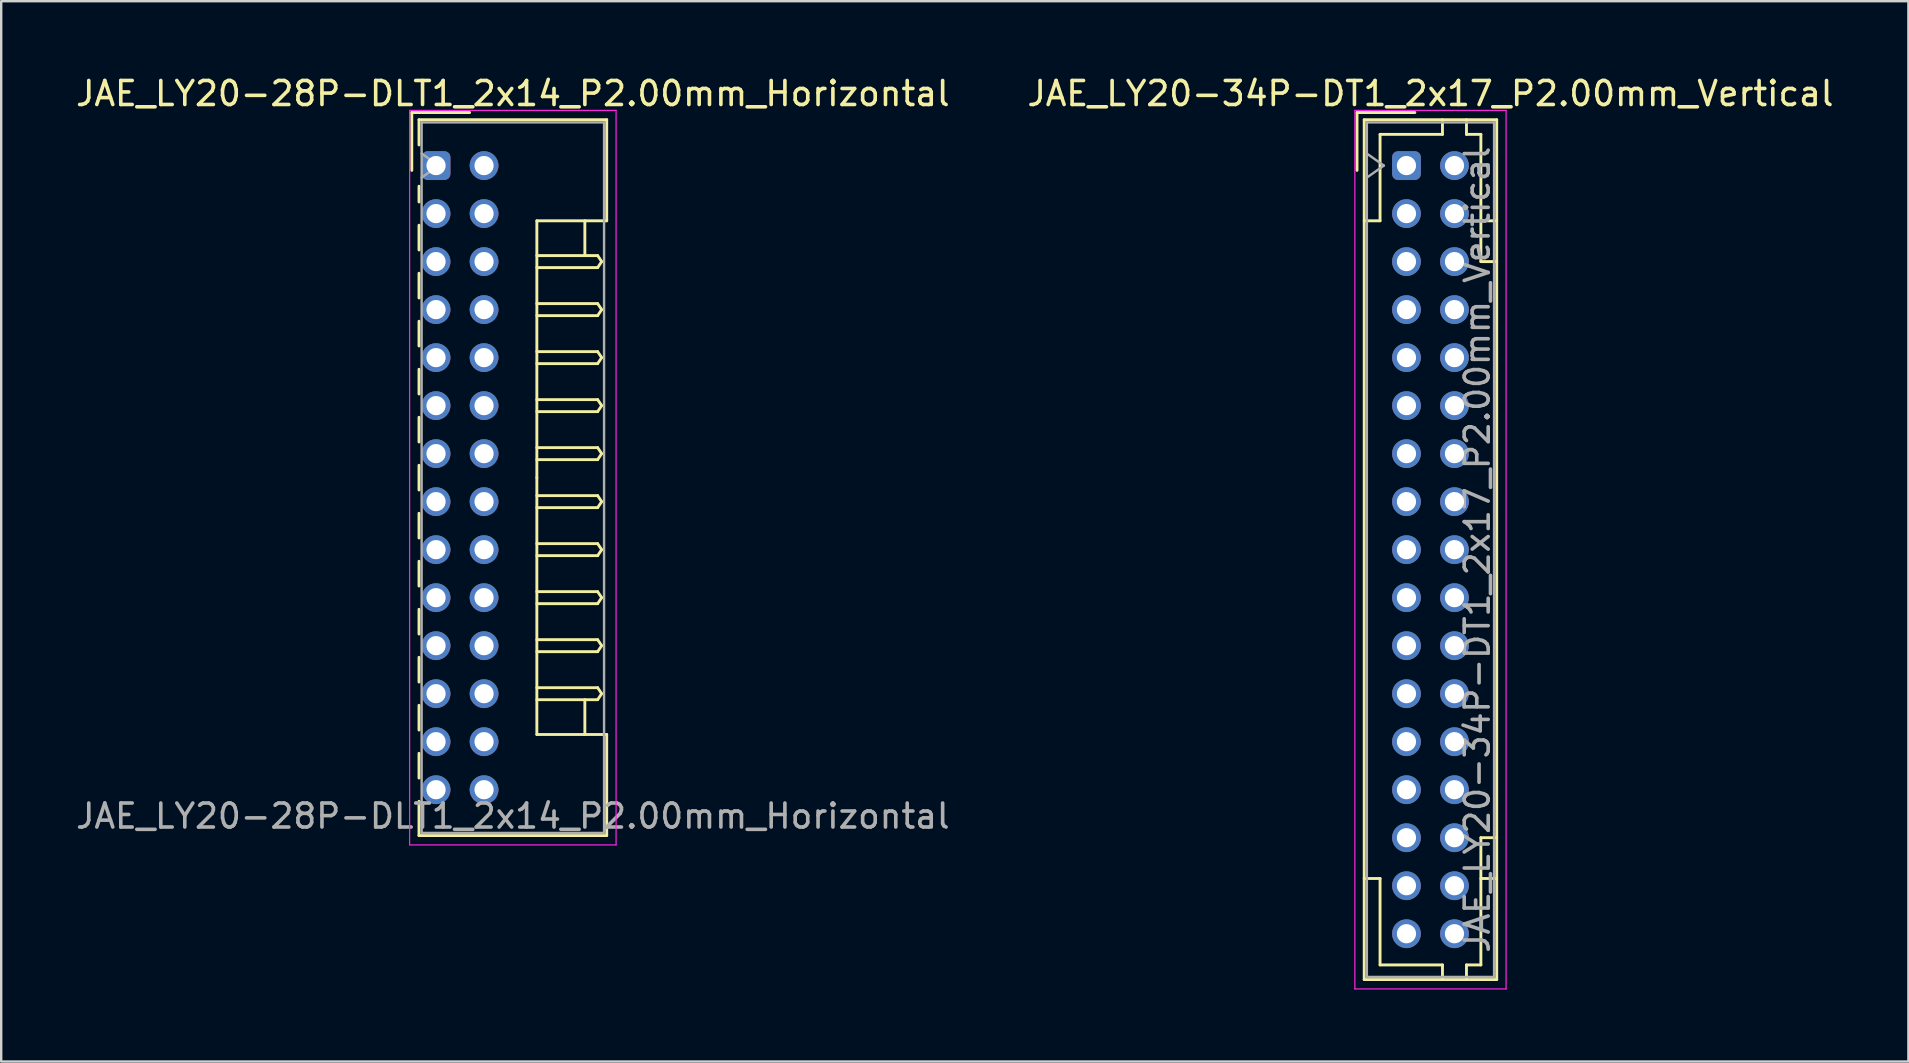
<source format=kicad_pcb>
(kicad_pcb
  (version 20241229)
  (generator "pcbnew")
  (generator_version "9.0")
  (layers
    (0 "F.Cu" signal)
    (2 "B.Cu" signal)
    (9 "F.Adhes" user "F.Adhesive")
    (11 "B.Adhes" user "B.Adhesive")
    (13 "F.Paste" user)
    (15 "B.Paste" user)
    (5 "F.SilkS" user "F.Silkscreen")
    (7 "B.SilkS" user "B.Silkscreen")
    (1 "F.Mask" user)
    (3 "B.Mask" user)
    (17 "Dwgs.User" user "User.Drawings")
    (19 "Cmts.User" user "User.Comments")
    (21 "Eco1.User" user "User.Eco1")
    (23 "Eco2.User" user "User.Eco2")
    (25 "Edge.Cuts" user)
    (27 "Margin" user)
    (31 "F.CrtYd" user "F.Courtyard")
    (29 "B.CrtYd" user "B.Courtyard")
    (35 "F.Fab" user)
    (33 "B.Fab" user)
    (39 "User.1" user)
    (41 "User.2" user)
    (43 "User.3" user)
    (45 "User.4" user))
  (footprint "JAE_LY20-28P-DLT1_2x14_P2.00mm_Horizontal"
    (layer "F.Cu")
    (at 15.115 3.848)
    (property "Reference" "JAE_LY20-28P-DLT1_2x14_P2.00mm_Horizontal" (at 3.2 -3 0) (layer "F.SilkS") (effects (font (size 1 1) (thickness 0.15))))
    (attr through_hole)
    (fp_line (start -1.01 -2.21) (end -1.01 0.2) (stroke (width 0.12) (type solid)) (layer "F.SilkS"))
    (fp_line (start -0.71 -1.91) (end -0.71 -0.86) (stroke (width 0.12) (type solid)) (layer "F.SilkS"))
    (fp_line (start -0.71 -1.91) (end 7.11 -1.91) (stroke (width 0.12) (type solid)) (layer "F.SilkS"))
    (fp_line (start -0.71 0.86) (end -0.71 1.515) (stroke (width 0.12) (type solid)) (layer "F.SilkS"))
    (fp_line (start -0.71 2.485) (end -0.71 3.515) (stroke (width 0.12) (type solid)) (layer "F.SilkS"))
    (fp_line (start -0.71 4.485) (end -0.71 5.515) (stroke (width 0.12) (type solid)) (layer "F.SilkS"))
    (fp_line (start -0.71 6.485) (end -0.71 7.515) (stroke (width 0.12) (type solid)) (layer "F.SilkS"))
    (fp_line (start -0.71 8.485) (end -0.71 9.515) (stroke (width 0.12) (type solid)) (layer "F.SilkS"))
    (fp_line (start -0.71 10.485) (end -0.71 11.515) (stroke (width 0.12) (type solid)) (layer "F.SilkS"))
    (fp_line (start -0.71 12.485) (end -0.71 13.515) (stroke (width 0.12) (type solid)) (layer "F.SilkS"))
    (fp_line (start -0.71 14.485) (end -0.71 15.515) (stroke (width 0.12) (type solid)) (layer "F.SilkS"))
    (fp_line (start -0.71 16.485) (end -0.71 17.515) (stroke (width 0.12) (type solid)) (layer "F.SilkS"))
    (fp_line (start -0.71 18.485) (end -0.71 19.515) (stroke (width 0.12) (type solid)) (layer "F.SilkS"))
    (fp_line (start -0.71 20.485) (end -0.71 21.515) (stroke (width 0.12) (type solid)) (layer "F.SilkS"))
    (fp_line (start -0.71 22.485) (end -0.71 23.515) (stroke (width 0.12) (type solid)) (layer "F.SilkS"))
    (fp_line (start -0.71 24.485) (end -0.71 25.515) (stroke (width 0.12) (type solid)) (layer "F.SilkS"))
    (fp_line (start -0.71 26.485) (end -0.71 27.91) (stroke (width 0.12) (type solid)) (layer "F.SilkS"))
    (fp_line (start -0.71 27.91) (end 7.11 27.91) (stroke (width 0.12) (type solid)) (layer "F.SilkS"))
    (fp_line (start 1.4 -2.21) (end -1.01 -2.21) (stroke (width 0.12) (type solid)) (layer "F.SilkS"))
    (fp_line (start 4.2 2.3) (end 4.2 13) (stroke (width 0.12) (type solid)) (layer "F.SilkS"))
    (fp_line (start 4.2 3.75) (end 6.733 3.75) (stroke (width 0.12) (type solid)) (layer "F.SilkS"))
    (fp_line (start 4.2 5.75) (end 6.733 5.75) (stroke (width 0.12) (type solid)) (layer "F.SilkS"))
    (fp_line (start 4.2 7.75) (end 6.733 7.75) (stroke (width 0.12) (type solid)) (layer "F.SilkS"))
    (fp_line (start 4.2 9.75) (end 6.733 9.75) (stroke (width 0.12) (type solid)) (layer "F.SilkS"))
    (fp_line (start 4.2 11.75) (end 6.733 11.75) (stroke (width 0.12) (type solid)) (layer "F.SilkS"))
    (fp_line (start 4.2 13.75) (end 6.733 13.75) (stroke (width 0.12) (type solid)) (layer "F.SilkS"))
    (fp_line (start 4.2 15.75) (end 6.733 15.75) (stroke (width 0.12) (type solid)) (layer "F.SilkS"))
    (fp_line (start 4.2 17.75) (end 6.733 17.75) (stroke (width 0.12) (type solid)) (layer "F.SilkS"))
    (fp_line (start 4.2 19.75) (end 6.733 19.75) (stroke (width 0.12) (type solid)) (layer "F.SilkS"))
    (fp_line (start 4.2 21.75) (end 6.733 21.75) (stroke (width 0.12) (type solid)) (layer "F.SilkS"))
    (fp_line (start 4.2 23.7) (end 4.2 13) (stroke (width 0.12) (type solid)) (layer "F.SilkS"))
    (fp_line (start 6.2 2.3) (end 6.2 3.75) (stroke (width 0.12) (type solid)) (layer "F.SilkS"))
    (fp_line (start 6.2 23.7) (end 6.2 22.25) (stroke (width 0.12) (type solid)) (layer "F.SilkS"))
    (fp_line (start 6.733 3.75) (end 6.9 4) (stroke (width 0.12) (type solid)) (layer "F.SilkS"))
    (fp_line (start 6.733 4.25) (end 4.2 4.25) (stroke (width 0.12) (type solid)) (layer "F.SilkS"))
    (fp_line (start 6.733 5.75) (end 6.9 6) (stroke (width 0.12) (type solid)) (layer "F.SilkS"))
    (fp_line (start 6.733 6.25) (end 4.2 6.25) (stroke (width 0.12) (type solid)) (layer "F.SilkS"))
    (fp_line (start 6.733 7.75) (end 6.9 8) (stroke (width 0.12) (type solid)) (layer "F.SilkS"))
    (fp_line (start 6.733 8.25) (end 4.2 8.25) (stroke (width 0.12) (type solid)) (layer "F.SilkS"))
    (fp_line (start 6.733 9.75) (end 6.9 10) (stroke (width 0.12) (type solid)) (layer "F.SilkS"))
    (fp_line (start 6.733 10.25) (end 4.2 10.25) (stroke (width 0.12) (type solid)) (layer "F.SilkS"))
    (fp_line (start 6.733 11.75) (end 6.9 12) (stroke (width 0.12) (type solid)) (layer "F.SilkS"))
    (fp_line (start 6.733 12.25) (end 4.2 12.25) (stroke (width 0.12) (type solid)) (layer "F.SilkS"))
    (fp_line (start 6.733 13.75) (end 6.9 14) (stroke (width 0.12) (type solid)) (layer "F.SilkS"))
    (fp_line (start 6.733 14.25) (end 4.2 14.25) (stroke (width 0.12) (type solid)) (layer "F.SilkS"))
    (fp_line (start 6.733 15.75) (end 6.9 16) (stroke (width 0.12) (type solid)) (layer "F.SilkS"))
    (fp_line (start 6.733 16.25) (end 4.2 16.25) (stroke (width 0.12) (type solid)) (layer "F.SilkS"))
    (fp_line (start 6.733 17.75) (end 6.9 18) (stroke (width 0.12) (type solid)) (layer "F.SilkS"))
    (fp_line (start 6.733 18.25) (end 4.2 18.25) (stroke (width 0.12) (type solid)) (layer "F.SilkS"))
    (fp_line (start 6.733 19.75) (end 6.9 20) (stroke (width 0.12) (type solid)) (layer "F.SilkS"))
    (fp_line (start 6.733 20.25) (end 4.2 20.25) (stroke (width 0.12) (type solid)) (layer "F.SilkS"))
    (fp_line (start 6.733 21.75) (end 6.9 22) (stroke (width 0.12) (type solid)) (layer "F.SilkS"))
    (fp_line (start 6.733 22.25) (end 4.2 22.25) (stroke (width 0.12) (type solid)) (layer "F.SilkS"))
    (fp_line (start 6.9 4) (end 6.733 4.25) (stroke (width 0.12) (type solid)) (layer "F.SilkS"))
    (fp_line (start 6.9 6) (end 6.733 6.25) (stroke (width 0.12) (type solid)) (layer "F.SilkS"))
    (fp_line (start 6.9 8) (end 6.733 8.25) (stroke (width 0.12) (type solid)) (layer "F.SilkS"))
    (fp_line (start 6.9 10) (end 6.733 10.25) (stroke (width 0.12) (type solid)) (layer "F.SilkS"))
    (fp_line (start 6.9 12) (end 6.733 12.25) (stroke (width 0.12) (type solid)) (layer "F.SilkS"))
    (fp_line (start 6.9 14) (end 6.733 14.25) (stroke (width 0.12) (type solid)) (layer "F.SilkS"))
    (fp_line (start 6.9 16) (end 6.733 16.25) (stroke (width 0.12) (type solid)) (layer "F.SilkS"))
    (fp_line (start 6.9 18) (end 6.733 18.25) (stroke (width 0.12) (type solid)) (layer "F.SilkS"))
    (fp_line (start 6.9 20) (end 6.733 20.25) (stroke (width 0.12) (type solid)) (layer "F.SilkS"))
    (fp_line (start 6.9 22) (end 6.733 22.25) (stroke (width 0.12) (type solid)) (layer "F.SilkS"))
    (fp_line (start 7.11 -1.91) (end 7.11 2.3) (stroke (width 0.12) (type solid)) (layer "F.SilkS"))
    (fp_line (start 7.11 2.3) (end 4.2 2.3) (stroke (width 0.12) (type solid)) (layer "F.SilkS"))
    (fp_line (start 7.11 23.7) (end 4.2 23.7) (stroke (width 0.12) (type solid)) (layer "F.SilkS"))
    (fp_line (start 7.11 27.91) (end 7.11 23.7) (stroke (width 0.12) (type solid)) (layer "F.SilkS"))
    (fp_line (start -1.1 -2.3) (end -1.1 28.3) (stroke (width 0.05) (type solid)) (layer "F.CrtYd"))
    (fp_line (start -1.1 28.3) (end 7.5 28.3) (stroke (width 0.05) (type solid)) (layer "F.CrtYd"))
    (fp_line (start 7.5 -2.3) (end -1.1 -2.3) (stroke (width 0.05) (type solid)) (layer "F.CrtYd"))
    (fp_line (start 7.5 28.3) (end 7.5 -2.3) (stroke (width 0.05) (type solid)) (layer "F.CrtYd"))
    (fp_line (start -0.6 -1.8) (end -0.6 27.8) (stroke (width 0.1) (type solid)) (layer "F.Fab"))
    (fp_line (start -0.6 0.5) (end 0.107 0) (stroke (width 0.1) (type solid)) (layer "F.Fab"))
    (fp_line (start -0.6 27.8) (end 7 27.8) (stroke (width 0.1) (type solid)) (layer "F.Fab"))
    (fp_line (start 0.107 0) (end -0.6 -0.5) (stroke (width 0.1) (type solid)) (layer "F.Fab"))
    (fp_line (start 7 -1.8) (end -0.6 -1.8) (stroke (width 0.1) (type solid)) (layer "F.Fab"))
    (fp_line (start 7 27.8) (end 7 -1.8) (stroke (width 0.1) (type solid)) (layer "F.Fab"))
    (fp_text user "${REFERENCE}" (at 3.2 27.1 0) (layer "F.Fab") (effects (font (size 1 1) (thickness 0.15))))
    (pad "a1" thru_hole roundrect (at 0 0) (size 1.2 1.2) (drill 0.8) (layers "*.Cu" "*.Mask") (roundrect_rratio 0.208))
    (pad "a2" thru_hole circle (at 0 2) (size 1.2 1.2) (drill 0.8) (layers "*.Cu" "*.Mask"))
    (pad "a3" thru_hole circle (at 0 4) (size 1.2 1.2) (drill 0.8) (layers "*.Cu" "*.Mask"))
    (pad "a4" thru_hole circle (at 0 6) (size 1.2 1.2) (drill 0.8) (layers "*.Cu" "*.Mask"))
    (pad "a5" thru_hole circle (at 0 8) (size 1.2 1.2) (drill 0.8) (layers "*.Cu" "*.Mask"))
    (pad "a6" thru_hole circle (at 0 10) (size 1.2 1.2) (drill 0.8) (layers "*.Cu" "*.Mask"))
    (pad "a7" thru_hole circle (at 0 12) (size 1.2 1.2) (drill 0.8) (layers "*.Cu" "*.Mask"))
    (pad "a8" thru_hole circle (at 0 14) (size 1.2 1.2) (drill 0.8) (layers "*.Cu" "*.Mask"))
    (pad "a9" thru_hole circle (at 0 16) (size 1.2 1.2) (drill 0.8) (layers "*.Cu" "*.Mask"))
    (pad "a10" thru_hole circle (at 0 18) (size 1.2 1.2) (drill 0.8) (layers "*.Cu" "*.Mask"))
    (pad "a11" thru_hole circle (at 0 20) (size 1.2 1.2) (drill 0.8) (layers "*.Cu" "*.Mask"))
    (pad "a12" thru_hole circle (at 0 22) (size 1.2 1.2) (drill 0.8) (layers "*.Cu" "*.Mask"))
    (pad "a13" thru_hole circle (at 0 24) (size 1.2 1.2) (drill 0.8) (layers "*.Cu" "*.Mask"))
    (pad "a14" thru_hole circle (at 0 26) (size 1.2 1.2) (drill 0.8) (layers "*.Cu" "*.Mask"))
    (pad "b1" thru_hole circle (at 2 0) (size 1.2 1.2) (drill 0.8) (layers "*.Cu" "*.Mask"))
    (pad "b2" thru_hole circle (at 2 2) (size 1.2 1.2) (drill 0.8) (layers "*.Cu" "*.Mask"))
    (pad "b3" thru_hole circle (at 2 4) (size 1.2 1.2) (drill 0.8) (layers "*.Cu" "*.Mask"))
    (pad "b4" thru_hole circle (at 2 6) (size 1.2 1.2) (drill 0.8) (layers "*.Cu" "*.Mask"))
    (pad "b5" thru_hole circle (at 2 8) (size 1.2 1.2) (drill 0.8) (layers "*.Cu" "*.Mask"))
    (pad "b6" thru_hole circle (at 2 10) (size 1.2 1.2) (drill 0.8) (layers "*.Cu" "*.Mask"))
    (pad "b7" thru_hole circle (at 2 12) (size 1.2 1.2) (drill 0.8) (layers "*.Cu" "*.Mask"))
    (pad "b8" thru_hole circle (at 2 14) (size 1.2 1.2) (drill 0.8) (layers "*.Cu" "*.Mask"))
    (pad "b9" thru_hole circle (at 2 16) (size 1.2 1.2) (drill 0.8) (layers "*.Cu" "*.Mask"))
    (pad "b10" thru_hole circle (at 2 18) (size 1.2 1.2) (drill 0.8) (layers "*.Cu" "*.Mask"))
    (pad "b11" thru_hole circle (at 2 20) (size 1.2 1.2) (drill 0.8) (layers "*.Cu" "*.Mask"))
    (pad "b12" thru_hole circle (at 2 22) (size 1.2 1.2) (drill 0.8) (layers "*.Cu" "*.Mask"))
    (pad "b13" thru_hole circle (at 2 24) (size 1.2 1.2) (drill 0.8) (layers "*.Cu" "*.Mask"))
    (pad "b14" thru_hole circle (at 2 26) (size 1.2 1.2) (drill 0.8) (layers "*.Cu" "*.Mask")))
  (footprint "JAE_LY20-34P-DT1_2x17_P2.00mm_Vertical"
    (layer "F.Cu")
    (at 55.542 3.848)
    (property "Reference" "JAE_LY20-34P-DT1_2x17_P2.00mm_Vertical" (at 1 -3 0) (layer "F.SilkS") (effects (font (size 1 1) (thickness 0.15))))
    (attr through_hole)
    (fp_line (start -2.06 -2.21) (end -2.06 0.2) (stroke (width 0.12) (type solid)) (layer "F.SilkS"))
    (fp_line (start -1.76 -1.91) (end -1.76 33.91) (stroke (width 0.12) (type solid)) (layer "F.SilkS"))
    (fp_line (start -1.76 33.91) (end 3.76 33.91) (stroke (width 0.12) (type solid)) (layer "F.SilkS"))
    (fp_line (start -1.1 -1.3) (end -1.1 2.3) (stroke (width 0.12) (type solid)) (layer "F.SilkS"))
    (fp_line (start -1.1 2.3) (end -1.76 2.3) (stroke (width 0.12) (type solid)) (layer "F.SilkS"))
    (fp_line (start -1.1 29.7) (end -1.76 29.7) (stroke (width 0.12) (type solid)) (layer "F.SilkS"))
    (fp_line (start -1.1 33.3) (end -1.1 29.7) (stroke (width 0.12) (type solid)) (layer "F.SilkS"))
    (fp_line (start 0.35 -2.21) (end -2.06 -2.21) (stroke (width 0.12) (type solid)) (layer "F.SilkS"))
    (fp_line (start 1.5 -1.91) (end 1.5 -1.3) (stroke (width 0.12) (type solid)) (layer "F.SilkS"))
    (fp_line (start 1.5 -1.3) (end -1.1 -1.3) (stroke (width 0.12) (type solid)) (layer "F.SilkS"))
    (fp_line (start 1.5 33.3) (end -1.1 33.3) (stroke (width 0.12) (type solid)) (layer "F.SilkS"))
    (fp_line (start 1.5 33.91) (end 1.5 33.3) (stroke (width 0.12) (type solid)) (layer "F.SilkS"))
    (fp_line (start 2.5 -1.91) (end 2.5 -1.3) (stroke (width 0.12) (type solid)) (layer "F.SilkS"))
    (fp_line (start 2.5 -1.3) (end 3.1 -1.3) (stroke (width 0.12) (type solid)) (layer "F.SilkS"))
    (fp_line (start 2.5 33.3) (end 3.1 33.3) (stroke (width 0.12) (type solid)) (layer "F.SilkS"))
    (fp_line (start 2.5 33.91) (end 2.5 33.3) (stroke (width 0.12) (type solid)) (layer "F.SilkS"))
    (fp_line (start 3.1 -1.3) (end 3.1 4) (stroke (width 0.12) (type solid)) (layer "F.SilkS"))
    (fp_line (start 3.1 4) (end 3.76 4) (stroke (width 0.12) (type solid)) (layer "F.SilkS"))
    (fp_line (start 3.1 28) (end 3.76 28) (stroke (width 0.12) (type solid)) (layer "F.SilkS"))
    (fp_line (start 3.1 33.3) (end 3.1 28) (stroke (width 0.12) (type solid)) (layer "F.SilkS"))
    (fp_line (start 3.76 -1.91) (end -1.76 -1.91) (stroke (width 0.12) (type solid)) (layer "F.SilkS"))
    (fp_line (start 3.76 2.3) (end 3.1 2.3) (stroke (width 0.12) (type solid)) (layer "F.SilkS"))
    (fp_line (start 3.76 29.7) (end 3.1 29.7) (stroke (width 0.12) (type solid)) (layer "F.SilkS"))
    (fp_line (start 3.76 33.91) (end 3.76 -1.91) (stroke (width 0.12) (type solid)) (layer "F.SilkS"))
    (fp_line (start -2.15 -2.3) (end -2.15 34.3) (stroke (width 0.05) (type solid)) (layer "F.CrtYd"))
    (fp_line (start -2.15 34.3) (end 4.15 34.3) (stroke (width 0.05) (type solid)) (layer "F.CrtYd"))
    (fp_line (start 4.15 -2.3) (end -2.15 -2.3) (stroke (width 0.05) (type solid)) (layer "F.CrtYd"))
    (fp_line (start 4.15 34.3) (end 4.15 -2.3) (stroke (width 0.05) (type solid)) (layer "F.CrtYd"))
    (fp_line (start -1.65 -1.8) (end -1.65 33.8) (stroke (width 0.1) (type solid)) (layer "F.Fab"))
    (fp_line (start -1.65 0.5) (end -0.943 0) (stroke (width 0.1) (type solid)) (layer "F.Fab"))
    (fp_line (start -1.65 33.8) (end 3.65 33.8) (stroke (width 0.1) (type solid)) (layer "F.Fab"))
    (fp_line (start -0.943 0) (end -1.65 -0.5) (stroke (width 0.1) (type solid)) (layer "F.Fab"))
    (fp_line (start 3.65 -1.8) (end -1.65 -1.8) (stroke (width 0.1) (type solid)) (layer "F.Fab"))
    (fp_line (start 3.65 33.8) (end 3.65 -1.8) (stroke (width 0.1) (type solid)) (layer "F.Fab"))
    (fp_text user "${REFERENCE}" (at 2.95 16 90) (layer "F.Fab") (effects (font (size 1 1) (thickness 0.15))))
    (pad "a1" thru_hole roundrect (at 0 0) (size 1.2 1.2) (drill 0.8) (layers "*.Cu" "*.Mask") (roundrect_rratio 0.208))
    (pad "a2" thru_hole circle (at 0 2) (size 1.2 1.2) (drill 0.8) (layers "*.Cu" "*.Mask"))
    (pad "a3" thru_hole circle (at 0 4) (size 1.2 1.2) (drill 0.8) (layers "*.Cu" "*.Mask"))
    (pad "a4" thru_hole circle (at 0 6) (size 1.2 1.2) (drill 0.8) (layers "*.Cu" "*.Mask"))
    (pad "a5" thru_hole circle (at 0 8) (size 1.2 1.2) (drill 0.8) (layers "*.Cu" "*.Mask"))
    (pad "a6" thru_hole circle (at 0 10) (size 1.2 1.2) (drill 0.8) (layers "*.Cu" "*.Mask"))
    (pad "a7" thru_hole circle (at 0 12) (size 1.2 1.2) (drill 0.8) (layers "*.Cu" "*.Mask"))
    (pad "a8" thru_hole circle (at 0 14) (size 1.2 1.2) (drill 0.8) (layers "*.Cu" "*.Mask"))
    (pad "a9" thru_hole circle (at 0 16) (size 1.2 1.2) (drill 0.8) (layers "*.Cu" "*.Mask"))
    (pad "a10" thru_hole circle (at 0 18) (size 1.2 1.2) (drill 0.8) (layers "*.Cu" "*.Mask"))
    (pad "a11" thru_hole circle (at 0 20) (size 1.2 1.2) (drill 0.8) (layers "*.Cu" "*.Mask"))
    (pad "a12" thru_hole circle (at 0 22) (size 1.2 1.2) (drill 0.8) (layers "*.Cu" "*.Mask"))
    (pad "a13" thru_hole circle (at 0 24) (size 1.2 1.2) (drill 0.8) (layers "*.Cu" "*.Mask"))
    (pad "a14" thru_hole circle (at 0 26) (size 1.2 1.2) (drill 0.8) (layers "*.Cu" "*.Mask"))
    (pad "a15" thru_hole circle (at 0 28) (size 1.2 1.2) (drill 0.8) (layers "*.Cu" "*.Mask"))
    (pad "a16" thru_hole circle (at 0 30) (size 1.2 1.2) (drill 0.8) (layers "*.Cu" "*.Mask"))
    (pad "a17" thru_hole circle (at 0 32) (size 1.2 1.2) (drill 0.8) (layers "*.Cu" "*.Mask"))
    (pad "b1" thru_hole circle (at 2 0) (size 1.2 1.2) (drill 0.8) (layers "*.Cu" "*.Mask"))
    (pad "b2" thru_hole circle (at 2 2) (size 1.2 1.2) (drill 0.8) (layers "*.Cu" "*.Mask"))
    (pad "b3" thru_hole circle (at 2 4) (size 1.2 1.2) (drill 0.8) (layers "*.Cu" "*.Mask"))
    (pad "b4" thru_hole circle (at 2 6) (size 1.2 1.2) (drill 0.8) (layers "*.Cu" "*.Mask"))
    (pad "b5" thru_hole circle (at 2 8) (size 1.2 1.2) (drill 0.8) (layers "*.Cu" "*.Mask"))
    (pad "b6" thru_hole circle (at 2 10) (size 1.2 1.2) (drill 0.8) (layers "*.Cu" "*.Mask"))
    (pad "b7" thru_hole circle (at 2 12) (size 1.2 1.2) (drill 0.8) (layers "*.Cu" "*.Mask"))
    (pad "b8" thru_hole circle (at 2 14) (size 1.2 1.2) (drill 0.8) (layers "*.Cu" "*.Mask"))
    (pad "b9" thru_hole circle (at 2 16) (size 1.2 1.2) (drill 0.8) (layers "*.Cu" "*.Mask"))
    (pad "b10" thru_hole circle (at 2 18) (size 1.2 1.2) (drill 0.8) (layers "*.Cu" "*.Mask"))
    (pad "b11" thru_hole circle (at 2 20) (size 1.2 1.2) (drill 0.8) (layers "*.Cu" "*.Mask"))
    (pad "b12" thru_hole circle (at 2 22) (size 1.2 1.2) (drill 0.8) (layers "*.Cu" "*.Mask"))
    (pad "b13" thru_hole circle (at 2 24) (size 1.2 1.2) (drill 0.8) (layers "*.Cu" "*.Mask"))
    (pad "b14" thru_hole circle (at 2 26) (size 1.2 1.2) (drill 0.8) (layers "*.Cu" "*.Mask"))
    (pad "b15" thru_hole circle (at 2 28) (size 1.2 1.2) (drill 0.8) (layers "*.Cu" "*.Mask"))
    (pad "b16" thru_hole circle (at 2 30) (size 1.2 1.2) (drill 0.8) (layers "*.Cu" "*.Mask"))
    (pad "b17" thru_hole circle (at 2 32) (size 1.2 1.2) (drill 0.8) (layers "*.Cu" "*.Mask")))
  (gr_rect
    (start -3 -3)
    (end 76.452 41.173)
    (stroke (width 0.1) (type default))
    (fill no)
    (layer "Edge.Cuts")))
</source>
